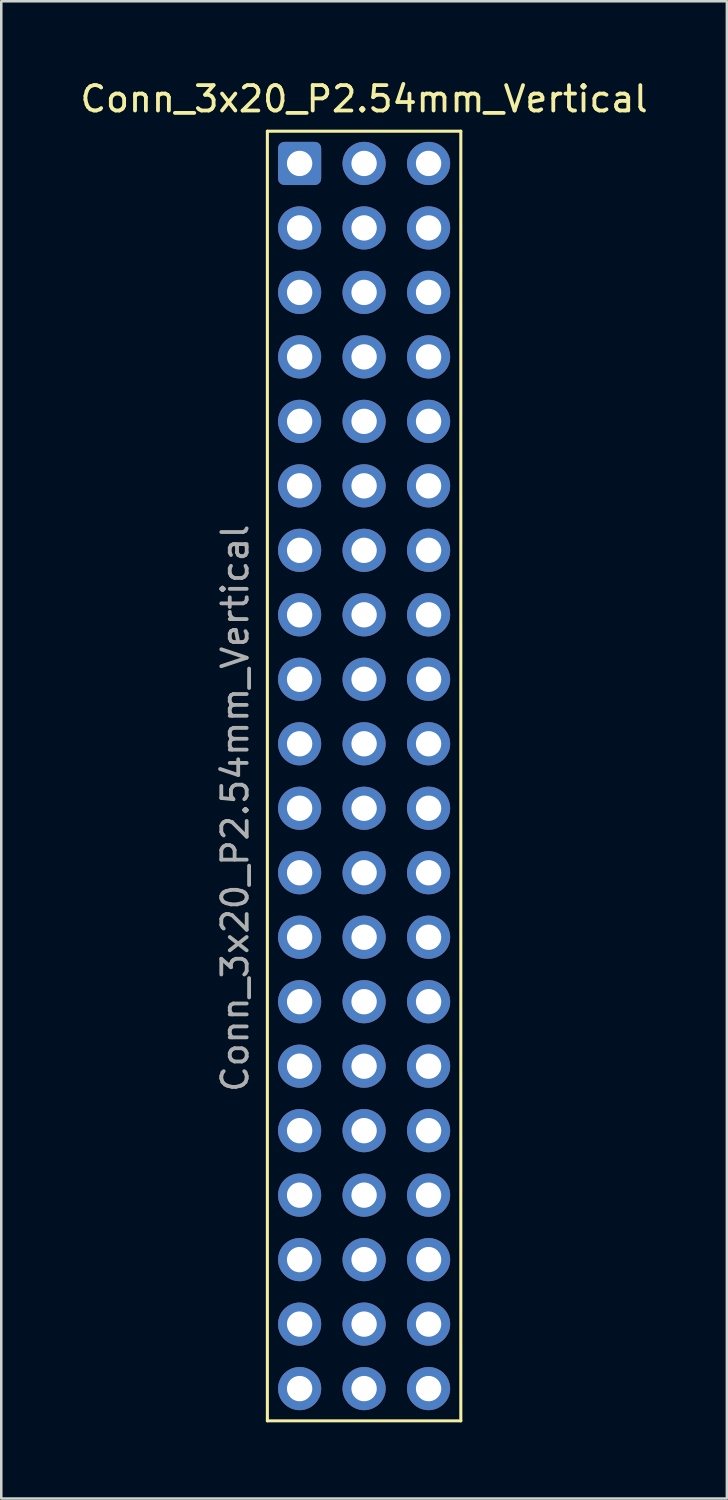
<source format=kicad_pcb>
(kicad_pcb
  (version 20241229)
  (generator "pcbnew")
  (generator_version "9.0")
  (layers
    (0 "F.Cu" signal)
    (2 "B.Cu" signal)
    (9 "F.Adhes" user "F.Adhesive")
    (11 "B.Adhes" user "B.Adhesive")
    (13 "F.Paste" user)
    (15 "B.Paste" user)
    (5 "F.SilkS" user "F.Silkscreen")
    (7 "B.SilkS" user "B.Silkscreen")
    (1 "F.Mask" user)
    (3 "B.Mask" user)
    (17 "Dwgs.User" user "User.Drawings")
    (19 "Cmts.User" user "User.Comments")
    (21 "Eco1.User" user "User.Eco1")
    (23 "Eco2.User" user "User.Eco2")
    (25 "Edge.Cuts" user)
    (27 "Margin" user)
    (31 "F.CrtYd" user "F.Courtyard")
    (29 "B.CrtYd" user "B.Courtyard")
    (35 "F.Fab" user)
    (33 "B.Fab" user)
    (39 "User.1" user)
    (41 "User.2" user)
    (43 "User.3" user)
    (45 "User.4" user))
  (footprint "Conn_3x20_P2.54mm_Vertical"
    (layer "F.Cu")
    (at 8.752 3.388)
    (property "Reference" "Conn_3x20_P2.54mm_Vertical" (at 2.54 -2.54 0) (layer "F.SilkS") (effects (font (size 1 1) (thickness 0.15))))
    (attr through_hole)
    (fp_line (start -1.27 -1.27) (end 6.35 -1.27) (stroke (width 0.12) (type solid)) (layer "F.SilkS"))
    (fp_line (start -1.27 49.53) (end -1.27 -1.27) (stroke (width 0.12) (type solid)) (layer "F.SilkS"))
    (fp_line (start 6.35 -1.27) (end 6.35 49.53) (stroke (width 0.12) (type solid)) (layer "F.SilkS"))
    (fp_line (start 6.35 49.53) (end -1.27 49.53) (stroke (width 0.12) (type solid)) (layer "F.SilkS"))
    (fp_text user "${REFERENCE}" (at -2.54 25.4 90) (layer "F.Fab") (effects (font (size 1 1) (thickness 0.15))))
    (pad "1" thru_hole roundrect (at 0 0) (size 1.7 1.7) (drill 1) (layers "*.Cu" "*.Mask") (roundrect_rratio 0.147))
    (pad "2" thru_hole circle (at 0 2.54) (size 1.7 1.7) (drill 1) (layers "*.Cu" "*.Mask"))
    (pad "3" thru_hole circle (at 0 5.08) (size 1.7 1.7) (drill 1) (layers "*.Cu" "*.Mask"))
    (pad "4" thru_hole circle (at 0 7.62) (size 1.7 1.7) (drill 1) (layers "*.Cu" "*.Mask"))
    (pad "5" thru_hole circle (at 0 10.16) (size 1.7 1.7) (drill 1) (layers "*.Cu" "*.Mask"))
    (pad "6" thru_hole circle (at 0 12.7) (size 1.7 1.7) (drill 1) (layers "*.Cu" "*.Mask"))
    (pad "7" thru_hole circle (at 0 15.24) (size 1.7 1.7) (drill 1) (layers "*.Cu" "*.Mask"))
    (pad "8" thru_hole circle (at 0 17.78) (size 1.7 1.7) (drill 1) (layers "*.Cu" "*.Mask"))
    (pad "9" thru_hole circle (at 0 20.32) (size 1.7 1.7) (drill 1) (layers "*.Cu" "*.Mask"))
    (pad "10" thru_hole circle (at 0 22.86) (size 1.7 1.7) (drill 1) (layers "*.Cu" "*.Mask"))
    (pad "11" thru_hole circle (at 0 25.4) (size 1.7 1.7) (drill 1) (layers "*.Cu" "*.Mask"))
    (pad "12" thru_hole circle (at 0 27.94) (size 1.7 1.7) (drill 1) (layers "*.Cu" "*.Mask"))
    (pad "13" thru_hole circle (at 0 30.48) (size 1.7 1.7) (drill 1) (layers "*.Cu" "*.Mask"))
    (pad "14" thru_hole circle (at 0 33.02) (size 1.7 1.7) (drill 1) (layers "*.Cu" "*.Mask"))
    (pad "15" thru_hole circle (at 0 35.56) (size 1.7 1.7) (drill 1) (layers "*.Cu" "*.Mask"))
    (pad "16" thru_hole circle (at 0 38.1) (size 1.7 1.7) (drill 1) (layers "*.Cu" "*.Mask"))
    (pad "17" thru_hole circle (at 0 40.64) (size 1.7 1.7) (drill 1) (layers "*.Cu" "*.Mask"))
    (pad "18" thru_hole circle (at 0 43.18) (size 1.7 1.7) (drill 1) (layers "*.Cu" "*.Mask"))
    (pad "19" thru_hole circle (at 0 45.72) (size 1.7 1.7) (drill 1) (layers "*.Cu" "*.Mask"))
    (pad "20" thru_hole circle (at 0 48.26) (size 1.7 1.7) (drill 1) (layers "*.Cu" "*.Mask"))
    (pad "21" thru_hole circle (at 2.54 0) (size 1.7 1.7) (drill 1) (layers "*.Cu" "*.Mask"))
    (pad "22" thru_hole circle (at 2.54 2.54) (size 1.7 1.7) (drill 1) (layers "*.Cu" "*.Mask"))
    (pad "23" thru_hole circle (at 2.54 5.08) (size 1.7 1.7) (drill 1) (layers "*.Cu" "*.Mask"))
    (pad "24" thru_hole circle (at 2.54 7.62) (size 1.7 1.7) (drill 1) (layers "*.Cu" "*.Mask"))
    (pad "25" thru_hole circle (at 2.54 10.16) (size 1.7 1.7) (drill 1) (layers "*.Cu" "*.Mask"))
    (pad "26" thru_hole circle (at 2.54 12.7) (size 1.7 1.7) (drill 1) (layers "*.Cu" "*.Mask"))
    (pad "27" thru_hole circle (at 2.54 15.24) (size 1.7 1.7) (drill 1) (layers "*.Cu" "*.Mask"))
    (pad "28" thru_hole circle (at 2.54 17.78) (size 1.7 1.7) (drill 1) (layers "*.Cu" "*.Mask"))
    (pad "29" thru_hole circle (at 2.54 20.32) (size 1.7 1.7) (drill 1) (layers "*.Cu" "*.Mask"))
    (pad "30" thru_hole circle (at 2.54 22.86) (size 1.7 1.7) (drill 1) (layers "*.Cu" "*.Mask"))
    (pad "31" thru_hole circle (at 2.54 25.4) (size 1.7 1.7) (drill 1) (layers "*.Cu" "*.Mask"))
    (pad "32" thru_hole circle (at 2.54 27.94) (size 1.7 1.7) (drill 1) (layers "*.Cu" "*.Mask"))
    (pad "33" thru_hole circle (at 2.54 30.48) (size 1.7 1.7) (drill 1) (layers "*.Cu" "*.Mask"))
    (pad "34" thru_hole circle (at 2.54 33.02) (size 1.7 1.7) (drill 1) (layers "*.Cu" "*.Mask"))
    (pad "35" thru_hole circle (at 2.54 35.56) (size 1.7 1.7) (drill 1) (layers "*.Cu" "*.Mask"))
    (pad "36" thru_hole circle (at 2.54 38.1) (size 1.7 1.7) (drill 1) (layers "*.Cu" "*.Mask"))
    (pad "37" thru_hole circle (at 2.54 40.64) (size 1.7 1.7) (drill 1) (layers "*.Cu" "*.Mask"))
    (pad "38" thru_hole circle (at 2.54 43.18) (size 1.7 1.7) (drill 1) (layers "*.Cu" "*.Mask"))
    (pad "39" thru_hole circle (at 2.54 45.72) (size 1.7 1.7) (drill 1) (layers "*.Cu" "*.Mask"))
    (pad "40" thru_hole circle (at 2.54 48.26) (size 1.7 1.7) (drill 1) (layers "*.Cu" "*.Mask"))
    (pad "41" thru_hole circle (at 5.08 0) (size 1.7 1.7) (drill 1) (layers "*.Cu" "*.Mask"))
    (pad "42" thru_hole circle (at 5.08 2.54) (size 1.7 1.7) (drill 1) (layers "*.Cu" "*.Mask"))
    (pad "43" thru_hole circle (at 5.08 5.08) (size 1.7 1.7) (drill 1) (layers "*.Cu" "*.Mask"))
    (pad "44" thru_hole circle (at 5.08 7.62) (size 1.7 1.7) (drill 1) (layers "*.Cu" "*.Mask"))
    (pad "45" thru_hole circle (at 5.08 10.16) (size 1.7 1.7) (drill 1) (layers "*.Cu" "*.Mask"))
    (pad "46" thru_hole circle (at 5.08 12.7) (size 1.7 1.7) (drill 1) (layers "*.Cu" "*.Mask"))
    (pad "47" thru_hole circle (at 5.08 15.24) (size 1.7 1.7) (drill 1) (layers "*.Cu" "*.Mask"))
    (pad "48" thru_hole circle (at 5.08 17.78) (size 1.7 1.7) (drill 1) (layers "*.Cu" "*.Mask"))
    (pad "49" thru_hole circle (at 5.08 20.32) (size 1.7 1.7) (drill 1) (layers "*.Cu" "*.Mask"))
    (pad "50" thru_hole circle (at 5.08 22.86) (size 1.7 1.7) (drill 1) (layers "*.Cu" "*.Mask"))
    (pad "51" thru_hole circle (at 5.08 25.4) (size 1.7 1.7) (drill 1) (layers "*.Cu" "*.Mask"))
    (pad "52" thru_hole circle (at 5.08 27.94) (size 1.7 1.7) (drill 1) (layers "*.Cu" "*.Mask"))
    (pad "53" thru_hole circle (at 5.08 30.48) (size 1.7 1.7) (drill 1) (layers "*.Cu" "*.Mask"))
    (pad "54" thru_hole circle (at 5.08 33.02) (size 1.7 1.7) (drill 1) (layers "*.Cu" "*.Mask"))
    (pad "55" thru_hole circle (at 5.08 35.56) (size 1.7 1.7) (drill 1) (layers "*.Cu" "*.Mask"))
    (pad "56" thru_hole circle (at 5.08 38.1) (size 1.7 1.7) (drill 1) (layers "*.Cu" "*.Mask"))
    (pad "57" thru_hole circle (at 5.08 40.64) (size 1.7 1.7) (drill 1) (layers "*.Cu" "*.Mask"))
    (pad "58" thru_hole circle (at 5.08 43.18) (size 1.7 1.7) (drill 1) (layers "*.Cu" "*.Mask"))
    (pad "59" thru_hole circle (at 5.08 45.72) (size 1.7 1.7) (drill 1) (layers "*.Cu" "*.Mask"))
    (pad "60" thru_hole circle (at 5.08 48.26) (size 1.7 1.7) (drill 1) (layers "*.Cu" "*.Mask")))
  (gr_rect
    (start -3 -3)
    (end 25.583 55.978)
    (stroke (width 0.1) (type default))
    (fill no)
    (layer "Edge.Cuts")))
</source>
